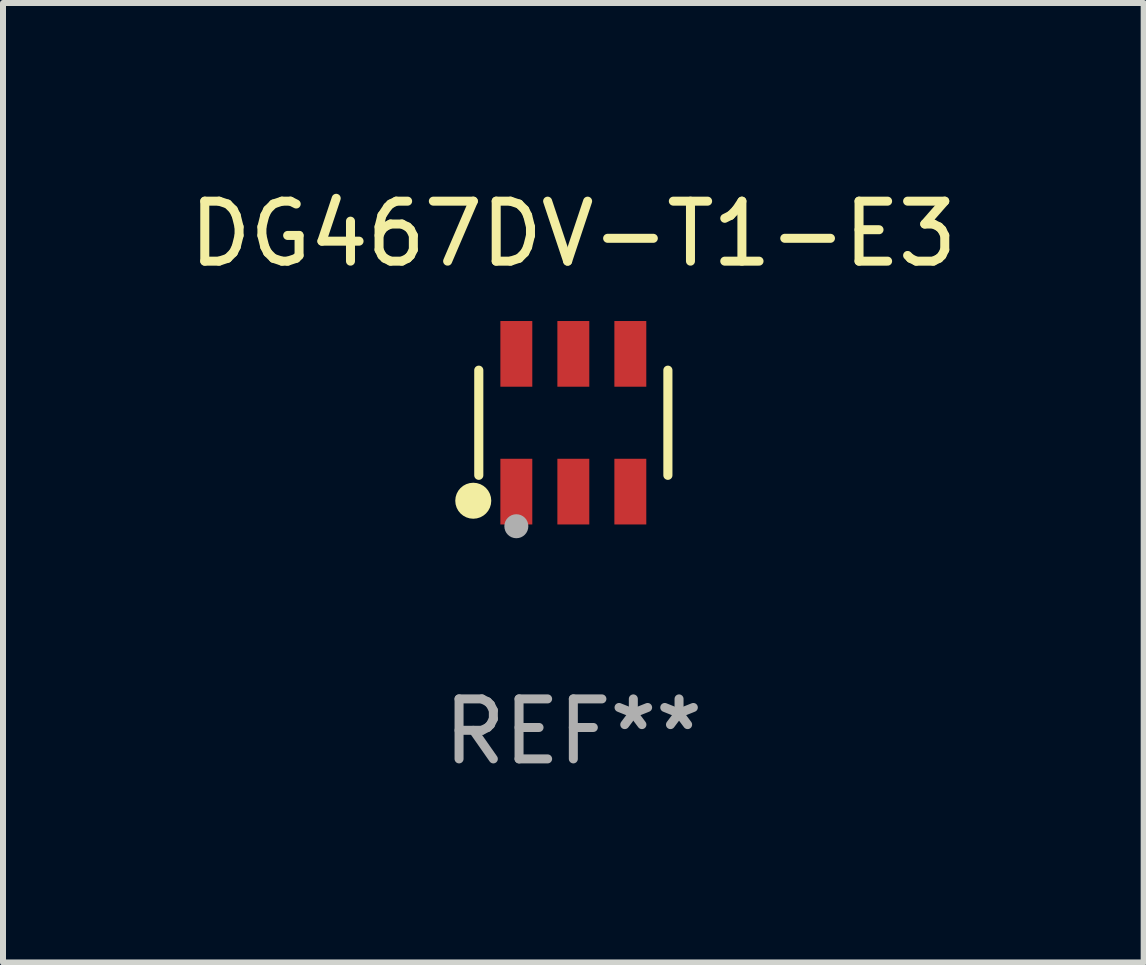
<source format=kicad_pcb>
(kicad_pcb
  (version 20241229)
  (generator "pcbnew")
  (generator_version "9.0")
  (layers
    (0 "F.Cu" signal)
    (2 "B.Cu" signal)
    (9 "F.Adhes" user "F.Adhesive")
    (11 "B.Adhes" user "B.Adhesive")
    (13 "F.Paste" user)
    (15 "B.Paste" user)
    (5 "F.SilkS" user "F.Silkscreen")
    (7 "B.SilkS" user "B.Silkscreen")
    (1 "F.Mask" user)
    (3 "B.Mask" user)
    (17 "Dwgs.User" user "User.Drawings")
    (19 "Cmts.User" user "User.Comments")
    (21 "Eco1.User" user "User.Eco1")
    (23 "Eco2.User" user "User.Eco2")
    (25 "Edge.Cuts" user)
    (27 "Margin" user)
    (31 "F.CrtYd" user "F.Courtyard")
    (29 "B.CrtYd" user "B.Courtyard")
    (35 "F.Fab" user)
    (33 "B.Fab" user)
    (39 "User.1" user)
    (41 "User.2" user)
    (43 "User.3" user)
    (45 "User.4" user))
  (footprint "DG467DV-T1-E3"
    (layer "F.Cu")
    (at 6.506 3.996)
    (property "Reference" "DG467DV-T1-E3" (at 0 -3.148 0) (layer "F.SilkS") (effects (font (size 1 1) (thickness 0.15))))
    (attr through_hole)
    (fp_line (start -1.576 0.876) (end -1.576 -0.876) (stroke (width 0.152) (type solid)) (layer "F.SilkS"))
    (fp_line (start 1.576 0.876) (end 1.576 -0.876) (stroke (width 0.152) (type solid)) (layer "F.SilkS"))
    (fp_circle (center -1.668 1.3) (end -1.518 1.3) (stroke (width 0.3) (type solid)) (fill no) (layer "F.SilkS"))
    (fp_circle (center -1.5 1.425) (end -1.47 1.425) (stroke (width 0.06) (type solid)) (fill no) (layer "F.SilkS"))
    (fp_circle (center -0.95 1.725) (end -0.85 1.725) (stroke (width 0.2) (type solid)) (fill no) (layer "F.Fab"))
    (fp_text user "REF**" (at 0 5.148 0) (layer "F.Fab") (effects (font (size 1 1) (thickness 0.15))))
    (pad "1" smd rect (at -0.95 1.148) (size 0.532 1.095) (layers "F.Cu" "F.Mask" "F.Paste"))
    (pad "2" smd rect (at 0 1.148) (size 0.532 1.095) (layers "F.Cu" "F.Mask" "F.Paste"))
    (pad "3" smd rect (at 0.95 1.148) (size 0.532 1.095) (layers "F.Cu" "F.Mask" "F.Paste"))
    (pad "4" smd rect (at 0.95 -1.148) (size 0.532 1.095) (layers "F.Cu" "F.Mask" "F.Paste"))
    (pad "5" smd rect (at 0 -1.148) (size 0.532 1.095) (layers "F.Cu" "F.Mask" "F.Paste"))
    (pad "6" smd rect (at -0.95 -1.148) (size 0.532 1.095) (layers "F.Cu" "F.Mask" "F.Paste")))
  (gr_rect
    (start -3 -3)
    (end 16.012 12.992)
    (stroke (width 0.1) (type default))
    (fill no)
    (layer "Edge.Cuts")))
</source>
